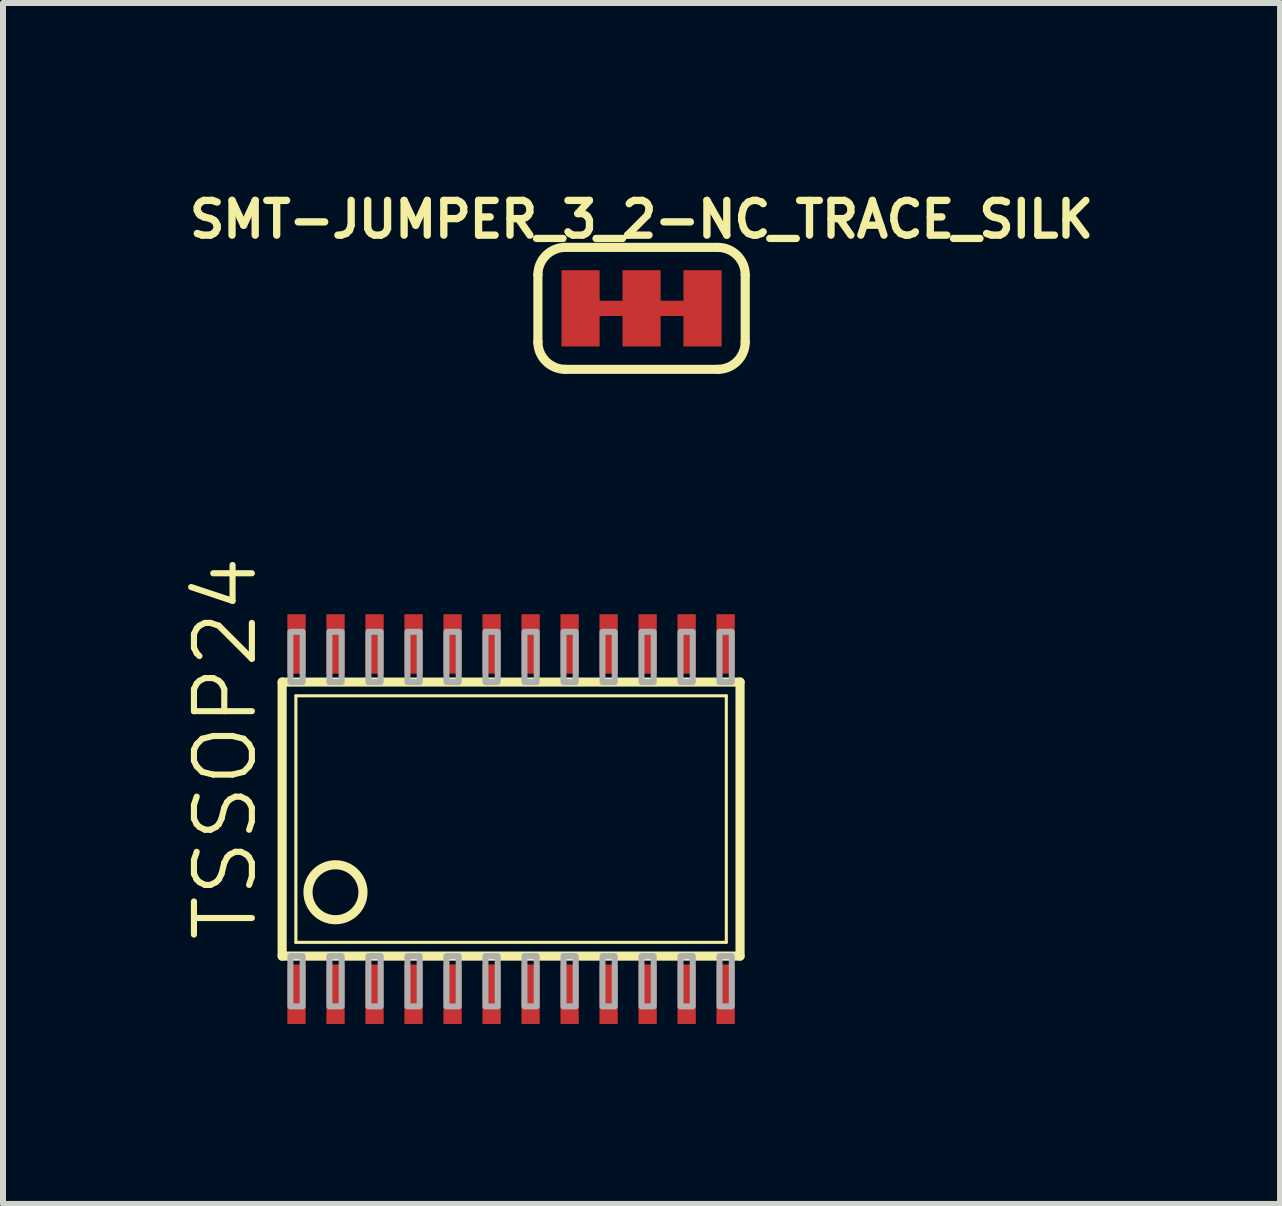
<source format=kicad_pcb>
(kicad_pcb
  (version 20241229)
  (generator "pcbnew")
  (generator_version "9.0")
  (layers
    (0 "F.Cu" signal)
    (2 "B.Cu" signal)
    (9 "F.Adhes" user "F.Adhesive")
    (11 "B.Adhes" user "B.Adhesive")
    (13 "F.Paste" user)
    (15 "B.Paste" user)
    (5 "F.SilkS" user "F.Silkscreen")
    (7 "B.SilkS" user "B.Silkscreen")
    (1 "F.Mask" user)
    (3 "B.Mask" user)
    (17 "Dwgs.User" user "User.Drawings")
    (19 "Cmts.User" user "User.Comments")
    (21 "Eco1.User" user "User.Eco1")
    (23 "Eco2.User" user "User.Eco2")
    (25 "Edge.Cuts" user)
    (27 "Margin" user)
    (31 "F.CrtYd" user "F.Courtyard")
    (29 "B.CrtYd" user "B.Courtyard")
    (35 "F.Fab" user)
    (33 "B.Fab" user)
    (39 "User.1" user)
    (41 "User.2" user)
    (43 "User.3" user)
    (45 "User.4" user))
  (footprint "TSSOP24"
    (layer "F.Cu")
    (at 5.466 10.598)
    (property "Reference" "TSSOP24" (at -4.196 2.083 90) (layer "F.SilkS") (effects (font (size 0.965 0.965) (thickness 0.102)) (justify left bottom)))
    (attr through_hole)
    (fp_line (start -3.815 2.283) (end -3.815 -2.283) (stroke (width 0.152) (type solid)) (layer "F.SilkS"))
    (fp_line (start -3.815 2.283) (end 3.815 2.283) (stroke (width 0.152) (type solid)) (layer "F.SilkS"))
    (fp_line (start -3.586 2.054) (end -3.586 -2.054) (stroke (width 0.051) (type solid)) (layer "F.SilkS"))
    (fp_line (start -3.586 2.054) (end 3.586 2.054) (stroke (width 0.051) (type solid)) (layer "F.SilkS"))
    (fp_line (start 3.586 -2.054) (end -3.586 -2.054) (stroke (width 0.051) (type solid)) (layer "F.SilkS"))
    (fp_line (start 3.586 -2.054) (end 3.586 2.054) (stroke (width 0.051) (type solid)) (layer "F.SilkS"))
    (fp_line (start 3.815 -2.283) (end -3.815 -2.283) (stroke (width 0.152) (type solid)) (layer "F.SilkS"))
    (fp_line (start 3.815 -2.283) (end 3.815 2.283) (stroke (width 0.152) (type solid)) (layer "F.SilkS"))
    (fp_circle (center -2.926 1.219) (end -2.468 1.219) (stroke (width 0.152) (type solid)) (fill no) (layer "F.SilkS"))
    (fp_poly (pts (xy -3.677 -2.283) (xy -3.473 -2.283) (xy -3.473 -3.121) (xy -3.677 -3.121)) (stroke (width 0.1) (type solid)) (fill no) (layer "F.Fab"))
    (fp_poly (pts (xy -3.677 3.121) (xy -3.473 3.121) (xy -3.473 2.283) (xy -3.677 2.283)) (stroke (width 0.1) (type solid)) (fill no) (layer "F.Fab"))
    (fp_poly (pts (xy -3.027 -2.283) (xy -2.823 -2.283) (xy -2.823 -3.121) (xy -3.027 -3.121)) (stroke (width 0.1) (type solid)) (fill no) (layer "F.Fab"))
    (fp_poly (pts (xy -3.027 3.121) (xy -2.823 3.121) (xy -2.823 2.283) (xy -3.027 2.283)) (stroke (width 0.1) (type solid)) (fill no) (layer "F.Fab"))
    (fp_poly (pts (xy -2.377 -2.283) (xy -2.173 -2.283) (xy -2.173 -3.121) (xy -2.377 -3.121)) (stroke (width 0.1) (type solid)) (fill no) (layer "F.Fab"))
    (fp_poly (pts (xy -2.377 3.121) (xy -2.173 3.121) (xy -2.173 2.283) (xy -2.377 2.283)) (stroke (width 0.1) (type solid)) (fill no) (layer "F.Fab"))
    (fp_poly (pts (xy -1.727 -2.283) (xy -1.523 -2.283) (xy -1.523 -3.121) (xy -1.727 -3.121)) (stroke (width 0.1) (type solid)) (fill no) (layer "F.Fab"))
    (fp_poly (pts (xy -1.727 3.121) (xy -1.523 3.121) (xy -1.523 2.283) (xy -1.727 2.283)) (stroke (width 0.1) (type solid)) (fill no) (layer "F.Fab"))
    (fp_poly (pts (xy -1.077 -2.283) (xy -0.873 -2.283) (xy -0.873 -3.121) (xy -1.077 -3.121)) (stroke (width 0.1) (type solid)) (fill no) (layer "F.Fab"))
    (fp_poly (pts (xy -1.077 3.121) (xy -0.873 3.121) (xy -0.873 2.283) (xy -1.077 2.283)) (stroke (width 0.1) (type solid)) (fill no) (layer "F.Fab"))
    (fp_poly (pts (xy -0.427 -2.283) (xy -0.223 -2.283) (xy -0.223 -3.121) (xy -0.427 -3.121)) (stroke (width 0.1) (type solid)) (fill no) (layer "F.Fab"))
    (fp_poly (pts (xy -0.427 3.121) (xy -0.223 3.121) (xy -0.223 2.283) (xy -0.427 2.283)) (stroke (width 0.1) (type solid)) (fill no) (layer "F.Fab"))
    (fp_poly (pts (xy 0.223 -2.283) (xy 0.427 -2.283) (xy 0.427 -3.121) (xy 0.223 -3.121)) (stroke (width 0.1) (type solid)) (fill no) (layer "F.Fab"))
    (fp_poly (pts (xy 0.223 3.121) (xy 0.427 3.121) (xy 0.427 2.283) (xy 0.223 2.283)) (stroke (width 0.1) (type solid)) (fill no) (layer "F.Fab"))
    (fp_poly (pts (xy 0.873 -2.283) (xy 1.077 -2.283) (xy 1.077 -3.121) (xy 0.873 -3.121)) (stroke (width 0.1) (type solid)) (fill no) (layer "F.Fab"))
    (fp_poly (pts (xy 0.873 3.121) (xy 1.077 3.121) (xy 1.077 2.283) (xy 0.873 2.283)) (stroke (width 0.1) (type solid)) (fill no) (layer "F.Fab"))
    (fp_poly (pts (xy 1.523 -2.283) (xy 1.727 -2.283) (xy 1.727 -3.121) (xy 1.523 -3.121)) (stroke (width 0.1) (type solid)) (fill no) (layer "F.Fab"))
    (fp_poly (pts (xy 1.523 3.121) (xy 1.727 3.121) (xy 1.727 2.283) (xy 1.523 2.283)) (stroke (width 0.1) (type solid)) (fill no) (layer "F.Fab"))
    (fp_poly (pts (xy 2.173 -2.283) (xy 2.377 -2.283) (xy 2.377 -3.121) (xy 2.173 -3.121)) (stroke (width 0.1) (type solid)) (fill no) (layer "F.Fab"))
    (fp_poly (pts (xy 2.173 3.121) (xy 2.377 3.121) (xy 2.377 2.283) (xy 2.173 2.283)) (stroke (width 0.1) (type solid)) (fill no) (layer "F.Fab"))
    (fp_poly (pts (xy 2.823 -2.283) (xy 3.027 -2.283) (xy 3.027 -3.121) (xy 2.823 -3.121)) (stroke (width 0.1) (type solid)) (fill no) (layer "F.Fab"))
    (fp_poly (pts (xy 2.823 3.121) (xy 3.027 3.121) (xy 3.027 2.283) (xy 2.823 2.283)) (stroke (width 0.1) (type solid)) (fill no) (layer "F.Fab"))
    (fp_poly (pts (xy 3.473 -2.283) (xy 3.677 -2.283) (xy 3.677 -3.121) (xy 3.473 -3.121)) (stroke (width 0.1) (type solid)) (fill no) (layer "F.Fab"))
    (fp_poly (pts (xy 3.473 3.121) (xy 3.677 3.121) (xy 3.677 2.283) (xy 3.473 2.283)) (stroke (width 0.1) (type solid)) (fill no) (layer "F.Fab"))
    (pad "1" smd rect (at -3.575 2.918) (size 0.305 0.991) (layers "F.Cu" "F.Mask" "F.Paste"))
    (pad "2" smd rect (at -2.925 2.918) (size 0.305 0.991) (layers "F.Cu" "F.Mask" "F.Paste"))
    (pad "3" smd rect (at -2.275 2.918) (size 0.305 0.991) (layers "F.Cu" "F.Mask" "F.Paste"))
    (pad "4" smd rect (at -1.625 2.918) (size 0.305 0.991) (layers "F.Cu" "F.Mask" "F.Paste"))
    (pad "5" smd rect (at -0.975 2.918) (size 0.305 0.991) (layers "F.Cu" "F.Mask" "F.Paste"))
    (pad "6" smd rect (at -0.325 2.918) (size 0.305 0.991) (layers "F.Cu" "F.Mask" "F.Paste"))
    (pad "7" smd rect (at 0.325 2.918) (size 0.305 0.991) (layers "F.Cu" "F.Mask" "F.Paste"))
    (pad "8" smd rect (at 0.975 2.918) (size 0.305 0.991) (layers "F.Cu" "F.Mask" "F.Paste"))
    (pad "9" smd rect (at 1.625 2.918) (size 0.305 0.991) (layers "F.Cu" "F.Mask" "F.Paste"))
    (pad "10" smd rect (at 2.275 2.918) (size 0.305 0.991) (layers "F.Cu" "F.Mask" "F.Paste"))
    (pad "11" smd rect (at 2.925 2.918) (size 0.305 0.991) (layers "F.Cu" "F.Mask" "F.Paste"))
    (pad "12" smd rect (at 3.575 2.918) (size 0.305 0.991) (layers "F.Cu" "F.Mask" "F.Paste"))
    (pad "13" smd rect (at 3.575 -2.918) (size 0.305 0.991) (layers "F.Cu" "F.Mask" "F.Paste"))
    (pad "14" smd rect (at 2.925 -2.918) (size 0.305 0.991) (layers "F.Cu" "F.Mask" "F.Paste"))
    (pad "15" smd rect (at 2.275 -2.918) (size 0.305 0.991) (layers "F.Cu" "F.Mask" "F.Paste"))
    (pad "16" smd rect (at 1.625 -2.918) (size 0.305 0.991) (layers "F.Cu" "F.Mask" "F.Paste"))
    (pad "17" smd rect (at 0.975 -2.918) (size 0.305 0.991) (layers "F.Cu" "F.Mask" "F.Paste"))
    (pad "18" smd rect (at 0.325 -2.918) (size 0.305 0.991) (layers "F.Cu" "F.Mask" "F.Paste"))
    (pad "19" smd rect (at -0.325 -2.918) (size 0.305 0.991) (layers "F.Cu" "F.Mask" "F.Paste"))
    (pad "20" smd rect (at -0.975 -2.918) (size 0.305 0.991) (layers "F.Cu" "F.Mask" "F.Paste"))
    (pad "21" smd rect (at -1.625 -2.918) (size 0.305 0.991) (layers "F.Cu" "F.Mask" "F.Paste"))
    (pad "22" smd rect (at -2.275 -2.918) (size 0.305 0.991) (layers "F.Cu" "F.Mask" "F.Paste"))
    (pad "23" smd rect (at -2.925 -2.918) (size 0.305 0.991) (layers "F.Cu" "F.Mask" "F.Paste"))
    (pad "24" smd rect (at -3.575 -2.918) (size 0.305 0.991) (layers "F.Cu" "F.Mask" "F.Paste")))
  (footprint "SMT-JUMPER_3_2-NC_TRACE_SILK"
    (layer "F.Cu")
    (at 7.64 2.088)
    (property "Reference" "SMT-JUMPER_3_2-NC_TRACE_SILK" (at 0 -1.143 0) (layer "F.SilkS") (effects (font (size 0.579 0.579) (thickness 0.122)) (justify bottom)))
    (attr through_hole)
    (fp_line (start 0 0) (end -1.016 0) (stroke (width 0.254) (type solid)) (layer "F.Cu"))
    (fp_line (start 0 0) (end 1.016 0) (stroke (width 0.254) (type solid)) (layer "F.Cu"))
    (fp_poly (pts (xy -0.699 -0.127) (xy -0.318 -0.127) (xy -0.318 0.127) (xy -0.699 0.127)) (stroke (width 0) (type solid)) (fill yes) (layer "F.Mask"))
    (fp_poly (pts (xy 0.318 -0.127) (xy 0.699 -0.127) (xy 0.699 0.127) (xy 0.318 0.127)) (stroke (width 0) (type solid)) (fill yes) (layer "F.Mask"))
    (fp_line (start -1.727 0.559) (end -1.727 -0.559) (stroke (width 0.152) (type solid)) (layer "F.SilkS"))
    (fp_line (start -1.27 -1.016) (end 1.27 -1.016) (stroke (width 0.152) (type solid)) (layer "F.SilkS"))
    (fp_line (start 1.27 1.016) (end -1.27 1.016) (stroke (width 0.152) (type solid)) (layer "F.SilkS"))
    (fp_line (start 1.727 0.559) (end 1.727 -0.559) (stroke (width 0.152) (type solid)) (layer "F.SilkS"))
    (fp_arc (start -1.7272 -0.5588) (mid -1.593289 -0.882089) (end -1.27 -1.016) (stroke (width 0.1524) (type solid)) (layer "F.SilkS"))
    (fp_arc (start -1.27 1.016) (mid -1.593289 0.882089) (end -1.7272 0.5588) (stroke (width 0.1524) (type solid)) (layer "F.SilkS"))
    (fp_arc (start 1.27 -1.016) (mid 1.593289 -0.882089) (end 1.7272 -0.5588) (stroke (width 0.1524) (type solid)) (layer "F.SilkS"))
    (fp_arc (start 1.7272 0.5588) (mid 1.593289 0.882089) (end 1.27 1.016) (stroke (width 0.1524) (type solid)) (layer "F.SilkS"))
    (pad "1" smd rect (at -1.016 0) (size 0.635 1.27) (layers "F.Cu" "F.Mask"))
    (pad "2" smd rect (at 0 0) (size 0.635 1.27) (layers "F.Cu" "F.Mask"))
    (pad "3" smd rect (at 1.016 0) (size 0.635 1.27) (layers "F.Cu" "F.Mask")))
  (gr_rect
    (start -3 -3)
    (end 18.279 17.011)
    (stroke (width 0.1) (type default))
    (fill no)
    (layer "Edge.Cuts")))
</source>
